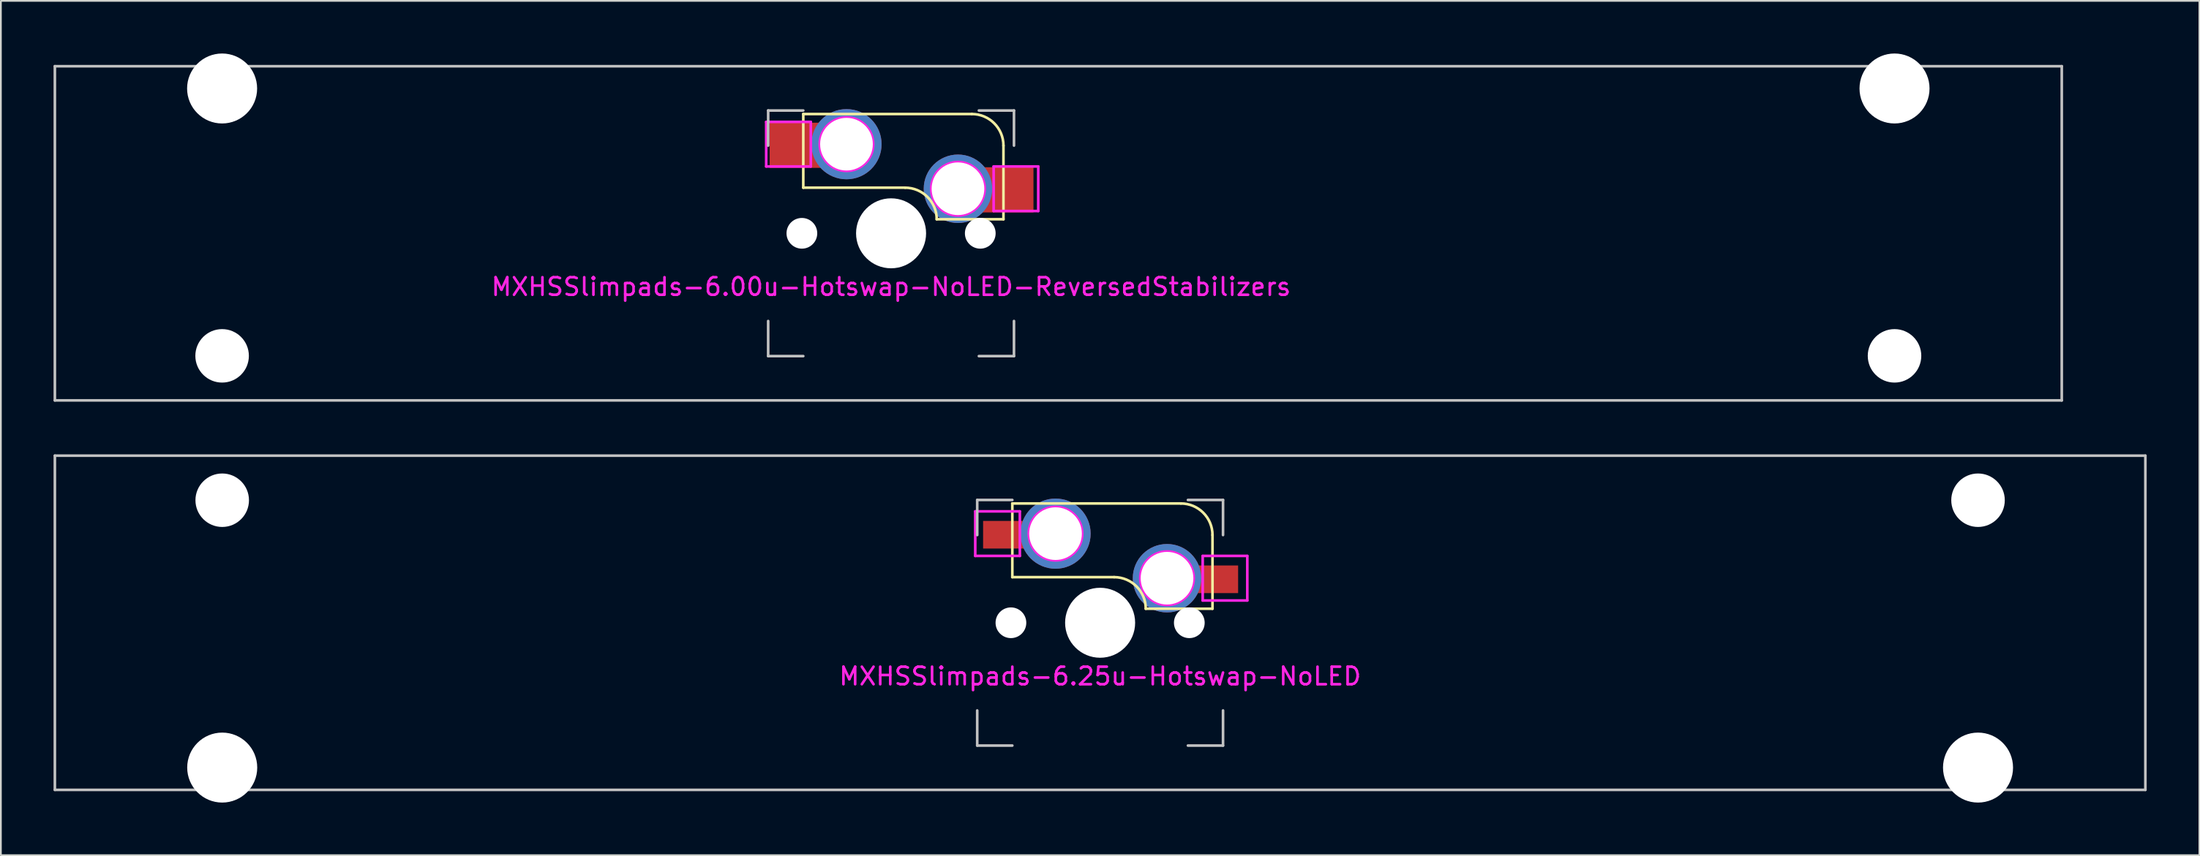
<source format=kicad_pcb>
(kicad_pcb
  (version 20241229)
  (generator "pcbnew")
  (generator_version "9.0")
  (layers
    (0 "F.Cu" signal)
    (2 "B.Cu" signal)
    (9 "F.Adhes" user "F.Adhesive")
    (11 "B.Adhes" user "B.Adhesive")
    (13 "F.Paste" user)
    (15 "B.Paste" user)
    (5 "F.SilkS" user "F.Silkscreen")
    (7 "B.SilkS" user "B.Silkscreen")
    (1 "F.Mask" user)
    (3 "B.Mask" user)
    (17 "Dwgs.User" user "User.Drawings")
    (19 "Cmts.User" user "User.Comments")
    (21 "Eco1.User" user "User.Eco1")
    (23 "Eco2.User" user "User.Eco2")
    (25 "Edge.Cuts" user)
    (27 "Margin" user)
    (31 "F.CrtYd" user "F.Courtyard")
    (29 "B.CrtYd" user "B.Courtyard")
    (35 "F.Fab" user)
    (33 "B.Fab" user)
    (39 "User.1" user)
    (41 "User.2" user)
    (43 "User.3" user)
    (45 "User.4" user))
  (footprint "MXHSSlimpads-6.25u-Hotswap-NoLED"
    (layer "F.Cu")
    (at 59.606 32.449)
    (property "Reference" "MXHSSlimpads-6.25u-Hotswap-NoLED" (at 0 3.048 180) (layer "F.CrtYd") (effects (font (size 1 1) (thickness 0.15))))
    (attr smd)
    (fp_line (start -5 -6.8) (end 4.6 -6.8) (stroke (width 0.15) (type solid)) (layer "F.SilkS"))
    (fp_line (start -5 -2.6) (end -5 -6.8) (stroke (width 0.15) (type solid)) (layer "F.SilkS"))
    (fp_line (start 0.8 -2.6) (end -5 -2.6) (stroke (width 0.15) (type solid)) (layer "F.SilkS"))
    (fp_line (start 6.4 -5) (end 6.4 -0.8) (stroke (width 0.15) (type solid)) (layer "F.SilkS"))
    (fp_line (start 6.4 -0.8) (end 2.6 -0.8) (stroke (width 0.15) (type solid)) (layer "F.SilkS"))
    (fp_arc (start 0.8 -2.6) (mid 2.072792 -2.072792) (end 2.6 -0.8) (stroke (width 0.15) (type solid)) (layer "F.SilkS"))
    (fp_arc (start 4.6 -6.8) (mid 5.872792 -6.272792) (end 6.4 -5) (stroke (width 0.15) (type solid)) (layer "F.SilkS"))
    (fp_rect (start -6.604 -5.791) (end -5.156 -4.242) (stroke (width 0.12) (type solid)) (fill yes) (layer "F.Paste"))
    (fp_rect (start 6.553 -3.226) (end 7.798 -1.676) (stroke (width 0.12) (type solid)) (fill yes) (layer "F.Paste"))
    (fp_line (start -59.531 -9.525) (end 59.531 -9.525) (stroke (width 0.15) (type solid)) (layer "Dwgs.User"))
    (fp_line (start -59.531 9.525) (end -59.531 -9.525) (stroke (width 0.15) (type solid)) (layer "Dwgs.User"))
    (fp_line (start -7 -7) (end -7 -5) (stroke (width 0.15) (type solid)) (layer "Dwgs.User"))
    (fp_line (start -7 7) (end -7 5) (stroke (width 0.15) (type solid)) (layer "Dwgs.User"))
    (fp_line (start -5 -7) (end -7 -7) (stroke (width 0.15) (type solid)) (layer "Dwgs.User"))
    (fp_line (start -5 7) (end -7 7) (stroke (width 0.15) (type solid)) (layer "Dwgs.User"))
    (fp_line (start 5 -7) (end 7 -7) (stroke (width 0.15) (type solid)) (layer "Dwgs.User"))
    (fp_line (start 7 -7) (end 7 -5) (stroke (width 0.15) (type solid)) (layer "Dwgs.User"))
    (fp_line (start 7 5) (end 7 7) (stroke (width 0.15) (type solid)) (layer "Dwgs.User"))
    (fp_line (start 7 7) (end 5 7) (stroke (width 0.15) (type solid)) (layer "Dwgs.User"))
    (fp_line (start 59.531 -9.525) (end 59.531 9.525) (stroke (width 0.15) (type solid)) (layer "Dwgs.User"))
    (fp_line (start 59.531 9.525) (end -59.531 9.525) (stroke (width 0.15) (type solid)) (layer "Dwgs.User"))
    (fp_line (start -7.112 -6.35) (end -7.112 -3.81) (stroke (width 0.15) (type solid)) (layer "F.CrtYd"))
    (fp_line (start -7.112 -3.81) (end -4.572 -3.81) (stroke (width 0.15) (type solid)) (layer "F.CrtYd"))
    (fp_line (start -4.572 -6.35) (end -7.112 -6.35) (stroke (width 0.15) (type solid)) (layer "F.CrtYd"))
    (fp_line (start -4.572 -3.81) (end -4.572 -6.35) (stroke (width 0.15) (type solid)) (layer "F.CrtYd"))
    (fp_line (start 5.842 -3.81) (end 5.842 -1.27) (stroke (width 0.15) (type solid)) (layer "F.CrtYd"))
    (fp_line (start 5.842 -1.27) (end 8.382 -1.27) (stroke (width 0.15) (type solid)) (layer "F.CrtYd"))
    (fp_line (start 8.382 -3.81) (end 5.842 -3.81) (stroke (width 0.15) (type solid)) (layer "F.CrtYd"))
    (fp_line (start 8.382 -1.27) (end 8.382 -3.81) (stroke (width 0.15) (type solid)) (layer "F.CrtYd"))
    (fp_circle (center -2.54 -5.08) (end -2.54 -6.604) (stroke (width 0.15) (type solid)) (fill no) (layer "F.CrtYd"))
    (fp_circle (center 3.81 -2.54) (end 3.81 -4.064) (stroke (width 0.15) (type solid)) (fill no) (layer "F.CrtYd"))
    (pad "" np_thru_hole circle (at -50 -6.985) (size 3.048 3.048) (drill 3.048) (layers "*.Cu" "*.Mask"))
    (pad "" np_thru_hole circle (at -50 8.255) (size 3.988 3.988) (drill 3.988) (layers "*.Cu" "*.Mask"))
    (pad "" np_thru_hole circle (at -5.08 0 131.9) (size 1.75 1.75) (drill 1.75) (layers "*.Cu" "*.Mask"))
    (pad "" np_thru_hole circle (at 0 0 180) (size 3.988 3.988) (drill 3.988) (layers "*.Cu" "*.Mask"))
    (pad "" np_thru_hole circle (at 5.08 0 131.9) (size 1.75 1.75) (drill 1.75) (layers "*.Cu" "*.Mask"))
    (pad "" np_thru_hole circle (at 50 -6.985) (size 3.048 3.048) (drill 3.048) (layers "*.Cu" "*.Mask"))
    (pad "" np_thru_hole circle (at 50 8.255) (size 3.988 3.988) (drill 3.988) (layers "*.Cu" "*.Mask"))
    (pad "1" thru_hole circle (at 3.81 -2.54 180) (size 3.9 3.9) (drill 3) (layers "*.Cu"))
    (pad "1" smd rect (at 3.81 -2.54 180) (size 4 1.575) (drill (offset -2.05 -0.062)) (layers "F.Cu" "F.Mask"))
    (pad "2" smd rect (at -2.54 -5.08 180) (size 4 1.575) (drill (offset 2.125 -0.062)) (layers "F.Cu" "F.Mask"))
    (pad "2" thru_hole circle (at -2.54 -5.08 180) (size 4 4) (drill 3) (layers "*.Cu")))
  (footprint "MXHSSlimpads-6.00u-Hotswap-NoLED-ReversedStabilizers"
    (layer "F.Cu")
    (at 57.225 10.249)
    (property "Reference" "MXHSSlimpads-6.00u-Hotswap-NoLED-ReversedStabilizers" (at -9.525 3.048 180) (layer "F.CrtYd") (effects (font (size 1 1) (thickness 0.15))))
    (attr smd)
    (fp_line (start -14.525 -6.8) (end -4.925 -6.8) (stroke (width 0.15) (type solid)) (layer "F.SilkS"))
    (fp_line (start -14.525 -2.6) (end -14.525 -6.8) (stroke (width 0.15) (type solid)) (layer "F.SilkS"))
    (fp_line (start -8.725 -2.6) (end -14.525 -2.6) (stroke (width 0.15) (type solid)) (layer "F.SilkS"))
    (fp_line (start -3.125 -5) (end -3.125 -0.8) (stroke (width 0.15) (type solid)) (layer "F.SilkS"))
    (fp_line (start -3.125 -0.8) (end -6.925 -0.8) (stroke (width 0.15) (type solid)) (layer "F.SilkS"))
    (fp_arc (start -8.725 -2.6) (mid -7.452208 -2.072792) (end -6.925 -0.8) (stroke (width 0.15) (type solid)) (layer "F.SilkS"))
    (fp_arc (start -4.925 -6.8) (mid -3.652208 -6.272792) (end -3.125 -5) (stroke (width 0.15) (type solid)) (layer "F.SilkS"))
    (fp_rect (start -16.379 -6.291) (end -14.681 -3.742) (stroke (width 0.12) (type solid)) (fill yes) (layer "F.Paste"))
    (fp_rect (start -2.972 -3.726) (end -1.477 -1.176) (stroke (width 0.12) (type solid)) (fill yes) (layer "F.Paste"))
    (fp_line (start -57.15 -9.525) (end 57.15 -9.525) (stroke (width 0.15) (type solid)) (layer "Dwgs.User"))
    (fp_line (start -57.15 9.525) (end -57.15 -9.525) (stroke (width 0.15) (type solid)) (layer "Dwgs.User"))
    (fp_line (start -16.525 -7) (end -16.525 -5) (stroke (width 0.15) (type solid)) (layer "Dwgs.User"))
    (fp_line (start -16.525 7) (end -16.525 5) (stroke (width 0.15) (type solid)) (layer "Dwgs.User"))
    (fp_line (start -14.525 -7) (end -16.525 -7) (stroke (width 0.15) (type solid)) (layer "Dwgs.User"))
    (fp_line (start -14.525 7) (end -16.525 7) (stroke (width 0.15) (type solid)) (layer "Dwgs.User"))
    (fp_line (start -4.525 -7) (end -2.525 -7) (stroke (width 0.15) (type solid)) (layer "Dwgs.User"))
    (fp_line (start -2.525 -7) (end -2.525 -5) (stroke (width 0.15) (type solid)) (layer "Dwgs.User"))
    (fp_line (start -2.525 5) (end -2.525 7) (stroke (width 0.15) (type solid)) (layer "Dwgs.User"))
    (fp_line (start -2.525 7) (end -4.525 7) (stroke (width 0.15) (type solid)) (layer "Dwgs.User"))
    (fp_line (start 57.15 -9.525) (end 57.15 9.525) (stroke (width 0.15) (type solid)) (layer "Dwgs.User"))
    (fp_line (start 57.15 9.525) (end -57.15 9.525) (stroke (width 0.15) (type solid)) (layer "Dwgs.User"))
    (fp_line (start -16.637 -6.35) (end -16.637 -3.81) (stroke (width 0.15) (type solid)) (layer "F.CrtYd"))
    (fp_line (start -16.637 -3.81) (end -14.097 -3.81) (stroke (width 0.15) (type solid)) (layer "F.CrtYd"))
    (fp_line (start -14.097 -6.35) (end -16.637 -6.35) (stroke (width 0.15) (type solid)) (layer "F.CrtYd"))
    (fp_line (start -14.097 -3.81) (end -14.097 -6.35) (stroke (width 0.15) (type solid)) (layer "F.CrtYd"))
    (fp_line (start -3.683 -3.81) (end -3.683 -1.27) (stroke (width 0.15) (type solid)) (layer "F.CrtYd"))
    (fp_line (start -3.683 -1.27) (end -1.143 -1.27) (stroke (width 0.15) (type solid)) (layer "F.CrtYd"))
    (fp_line (start -1.143 -3.81) (end -3.683 -3.81) (stroke (width 0.15) (type solid)) (layer "F.CrtYd"))
    (fp_line (start -1.143 -1.27) (end -1.143 -3.81) (stroke (width 0.15) (type solid)) (layer "F.CrtYd"))
    (fp_circle (center -12.065 -5.08) (end -12.065 -6.604) (stroke (width 0.15) (type solid)) (fill no) (layer "F.CrtYd"))
    (fp_circle (center -5.715 -2.54) (end -5.715 -4.064) (stroke (width 0.15) (type solid)) (fill no) (layer "F.CrtYd"))
    (pad "" np_thru_hole circle (at -47.625 -8.255 180) (size 3.988 3.988) (drill 3.988) (layers "*.Cu" "*.Mask"))
    (pad "" np_thru_hole circle (at -47.625 6.985 180) (size 3.048 3.048) (drill 3.048) (layers "*.Cu" "*.Mask"))
    (pad "" np_thru_hole circle (at -14.605 0 131.9) (size 1.75 1.75) (drill 1.75) (layers "*.Cu" "*.Mask"))
    (pad "" np_thru_hole circle (at -9.525 0 180) (size 3.988 3.988) (drill 3.988) (layers "*.Cu" "*.Mask"))
    (pad "" np_thru_hole circle (at -4.445 0 131.9) (size 1.75 1.75) (drill 1.75) (layers "*.Cu" "*.Mask"))
    (pad "" np_thru_hole circle (at 47.625 -8.255 180) (size 3.988 3.988) (drill 3.988) (layers "*.Cu" "*.Mask"))
    (pad "" np_thru_hole circle (at 47.625 6.985 180) (size 3.048 3.048) (drill 3.048) (layers "*.Cu" "*.Mask"))
    (pad "1" thru_hole circle (at -5.715 -2.54 180) (size 3.9 3.9) (drill 3) (layers "*.Cu"))
    (pad "1" smd rect (at -5.715 -2.54 180) (size 4.5 2.575) (drill (offset -2.05 -0.062)) (layers "F.Cu" "F.Mask"))
    (pad "2" thru_hole circle (at -12.065 -5.08 180) (size 4 4) (drill 3) (layers "*.Cu"))
    (pad "2" smd rect (at -12.065 -5.08 180) (size 4.5 2.575) (drill (offset 2.125 -0.062)) (layers "F.Cu" "F.Mask")))
  (gr_rect
    (start -3 -3)
    (end 122.213 45.698)
    (stroke (width 0.1) (type default))
    (fill no)
    (layer "Edge.Cuts")))
</source>
